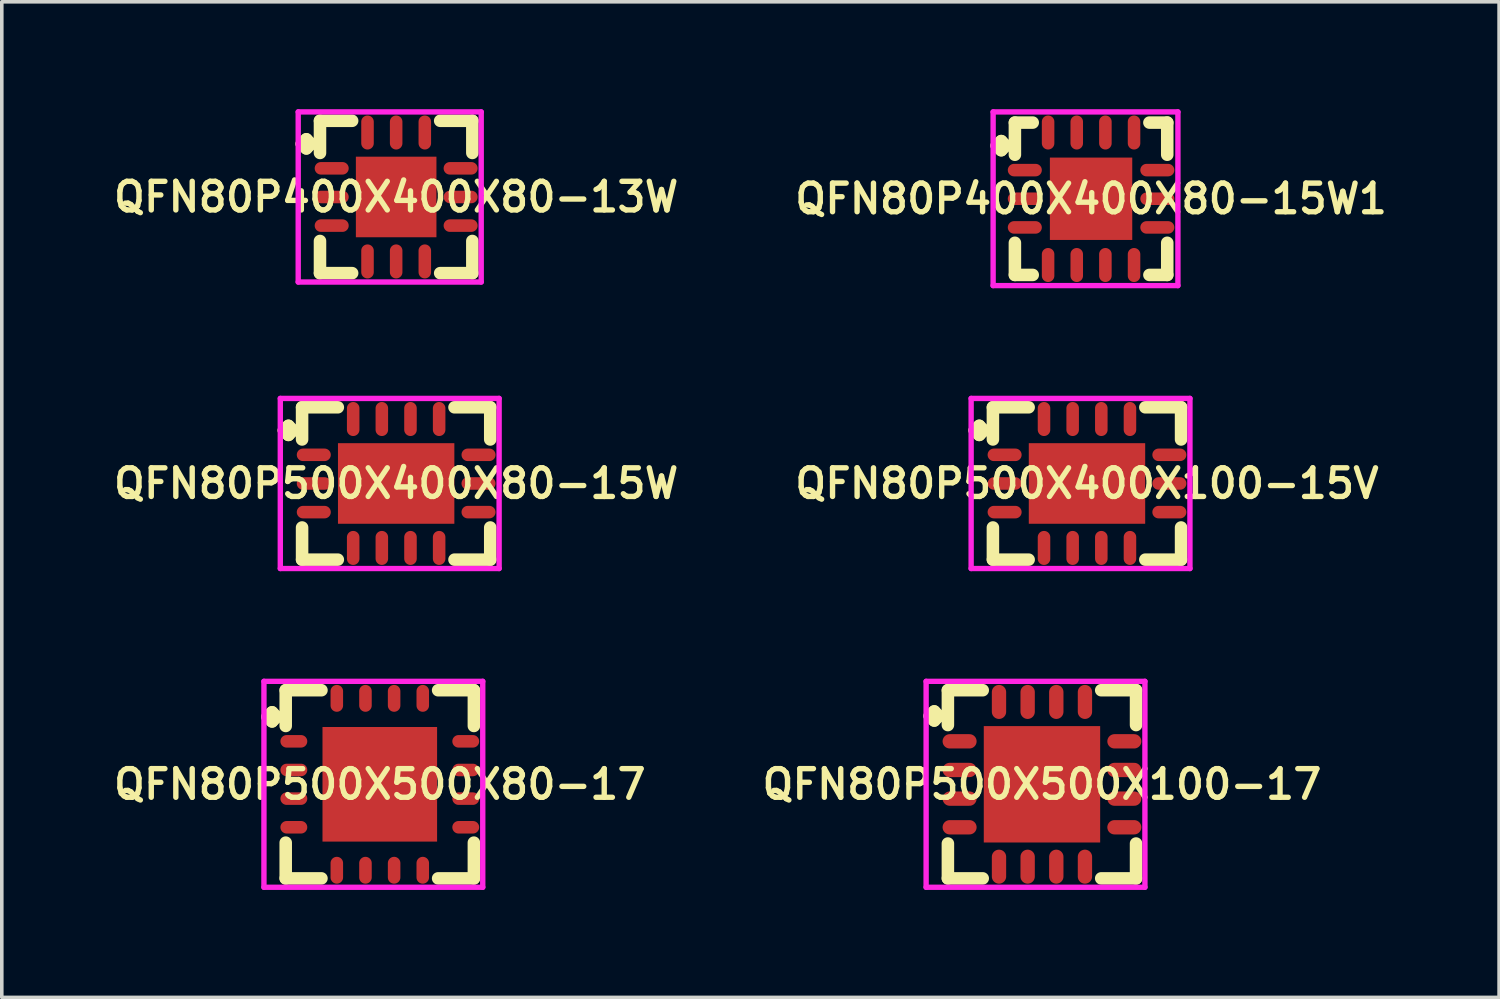
<source format=kicad_pcb>
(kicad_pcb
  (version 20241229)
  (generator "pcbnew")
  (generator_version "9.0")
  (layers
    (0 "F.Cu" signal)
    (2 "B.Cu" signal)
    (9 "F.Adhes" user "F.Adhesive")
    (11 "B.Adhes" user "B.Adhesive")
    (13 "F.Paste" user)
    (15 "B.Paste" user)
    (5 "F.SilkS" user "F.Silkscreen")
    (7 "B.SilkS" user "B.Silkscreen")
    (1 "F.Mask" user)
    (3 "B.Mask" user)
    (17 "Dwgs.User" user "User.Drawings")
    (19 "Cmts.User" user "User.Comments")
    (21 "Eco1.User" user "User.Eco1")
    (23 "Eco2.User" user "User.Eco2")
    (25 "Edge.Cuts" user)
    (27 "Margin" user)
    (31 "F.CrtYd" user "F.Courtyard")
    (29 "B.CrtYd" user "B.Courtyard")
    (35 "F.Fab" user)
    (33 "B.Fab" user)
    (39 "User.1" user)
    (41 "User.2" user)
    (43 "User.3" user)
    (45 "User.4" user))
  (footprint "QFN80P400X400X80-13W"
    (layer "F.Cu")
    (at 8.012 2.45)
    (property "Reference" "QFN80P400X400X80-13W" (at 0 0 0) (layer "F.SilkS") (effects (font (size 0.8 0.8) (thickness 0.15))))
    (attr smd)
    (fp_line (start -2.635 -1.483) (end -2.508 -1.61) (stroke (width 0.35) (type solid)) (layer "F.SilkS"))
    (fp_line (start -2.508 -1.61) (end -2.381 -1.483) (stroke (width 0.35) (type solid)) (layer "F.SilkS"))
    (fp_line (start -2.508 -1.356) (end -2.635 -1.483) (stroke (width 0.35) (type solid)) (layer "F.SilkS"))
    (fp_line (start -2.381 -1.483) (end -2.508 -1.356) (stroke (width 0.35) (type solid)) (layer "F.SilkS"))
    (fp_line (start -2.127 -2.127) (end -1.229 -2.127) (stroke (width 0.35) (type solid)) (layer "F.SilkS"))
    (fp_line (start -2.127 -1.229) (end -2.127 -2.127) (stroke (width 0.35) (type solid)) (layer "F.SilkS"))
    (fp_line (start -2.127 1.229) (end -2.127 2.127) (stroke (width 0.35) (type solid)) (layer "F.SilkS"))
    (fp_line (start -2.127 2.127) (end -1.229 2.127) (stroke (width 0.35) (type solid)) (layer "F.SilkS"))
    (fp_line (start 1.229 -2.127) (end 2.127 -2.127) (stroke (width 0.35) (type solid)) (layer "F.SilkS"))
    (fp_line (start 1.229 2.127) (end 2.127 2.127) (stroke (width 0.35) (type solid)) (layer "F.SilkS"))
    (fp_line (start 2.127 -2.127) (end 2.127 -1.229) (stroke (width 0.35) (type solid)) (layer "F.SilkS"))
    (fp_line (start 2.127 2.127) (end 2.127 1.229) (stroke (width 0.35) (type solid)) (layer "F.SilkS"))
    (fp_line (start -2.735 -2.375) (end 2.375 -2.375) (stroke (width 0.15) (type solid)) (layer "F.CrtYd"))
    (fp_line (start -2.735 2.375) (end -2.735 -2.375) (stroke (width 0.15) (type solid)) (layer "F.CrtYd"))
    (fp_line (start 2.375 -2.375) (end 2.375 2.375) (stroke (width 0.15) (type solid)) (layer "F.CrtYd"))
    (fp_line (start 2.375 2.375) (end -2.735 2.375) (stroke (width 0.15) (type solid)) (layer "F.CrtYd"))
    (pad "1" smd oval (at -1.8 -0.8) (size 0.95 0.35) (layers "F.Cu" "F.Mask" "F.Paste"))
    (pad "2" smd oval (at -1.8 0) (size 0.95 0.35) (layers "F.Cu" "F.Mask" "F.Paste"))
    (pad "3" smd oval (at -1.8 0.8) (size 0.95 0.35) (layers "F.Cu" "F.Mask" "F.Paste"))
    (pad "4" smd oval (at -0.8 1.8) (size 0.35 0.95) (layers "F.Cu" "F.Mask" "F.Paste"))
    (pad "5" smd oval (at 0 1.8) (size 0.35 0.95) (layers "F.Cu" "F.Mask" "F.Paste"))
    (pad "6" smd oval (at 0.8 1.8) (size 0.35 0.95) (layers "F.Cu" "F.Mask" "F.Paste"))
    (pad "7" smd oval (at 1.8 0.8) (size 0.95 0.35) (layers "F.Cu" "F.Mask" "F.Paste"))
    (pad "8" smd oval (at 1.8 0) (size 0.95 0.35) (layers "F.Cu" "F.Mask" "F.Paste"))
    (pad "9" smd oval (at 1.8 -0.8) (size 0.95 0.35) (layers "F.Cu" "F.Mask" "F.Paste"))
    (pad "10" smd oval (at 0.8 -1.8) (size 0.35 0.95) (layers "F.Cu" "F.Mask" "F.Paste"))
    (pad "11" smd oval (at 0 -1.8) (size 0.35 0.95) (layers "F.Cu" "F.Mask" "F.Paste"))
    (pad "12" smd oval (at -0.8 -1.8) (size 0.35 0.95) (layers "F.Cu" "F.Mask" "F.Paste"))
    (pad "13" smd rect (at 0 0) (size 2.25 2.25) (layers "F.Cu" "F.Mask" "F.Paste")))
  (footprint "QFN80P500X400X80-15W"
    (layer "F.Cu")
    (at 8.012 10.45)
    (property "Reference" "QFN80P500X400X80-15W" (at 0 0 0) (layer "F.SilkS") (effects (font (size 0.8 0.8) (thickness 0.15))))
    (attr smd)
    (fp_line (start -3.135 -1.483) (end -3.008 -1.61) (stroke (width 0.35) (type solid)) (layer "F.SilkS"))
    (fp_line (start -3.008 -1.61) (end -2.881 -1.483) (stroke (width 0.35) (type solid)) (layer "F.SilkS"))
    (fp_line (start -3.008 -1.356) (end -3.135 -1.483) (stroke (width 0.35) (type solid)) (layer "F.SilkS"))
    (fp_line (start -2.881 -1.483) (end -3.008 -1.356) (stroke (width 0.35) (type solid)) (layer "F.SilkS"))
    (fp_line (start -2.627 -2.127) (end -1.629 -2.127) (stroke (width 0.35) (type solid)) (layer "F.SilkS"))
    (fp_line (start -2.627 -1.229) (end -2.627 -2.127) (stroke (width 0.35) (type solid)) (layer "F.SilkS"))
    (fp_line (start -2.627 1.229) (end -2.627 2.127) (stroke (width 0.35) (type solid)) (layer "F.SilkS"))
    (fp_line (start -2.627 2.127) (end -1.629 2.127) (stroke (width 0.35) (type solid)) (layer "F.SilkS"))
    (fp_line (start 1.629 -2.127) (end 2.627 -2.127) (stroke (width 0.35) (type solid)) (layer "F.SilkS"))
    (fp_line (start 1.629 2.127) (end 2.627 2.127) (stroke (width 0.35) (type solid)) (layer "F.SilkS"))
    (fp_line (start 2.627 -2.127) (end 2.627 -1.229) (stroke (width 0.35) (type solid)) (layer "F.SilkS"))
    (fp_line (start 2.627 2.127) (end 2.627 1.229) (stroke (width 0.35) (type solid)) (layer "F.SilkS"))
    (fp_line (start -3.235 -2.375) (end 2.875 -2.375) (stroke (width 0.15) (type solid)) (layer "F.CrtYd"))
    (fp_line (start -3.235 2.375) (end -3.235 -2.375) (stroke (width 0.15) (type solid)) (layer "F.CrtYd"))
    (fp_line (start 2.875 -2.375) (end 2.875 2.375) (stroke (width 0.15) (type solid)) (layer "F.CrtYd"))
    (fp_line (start 2.875 2.375) (end -3.235 2.375) (stroke (width 0.15) (type solid)) (layer "F.CrtYd"))
    (pad "1" smd oval (at -2.3 -0.8) (size 0.95 0.35) (layers "F.Cu" "F.Mask" "F.Paste"))
    (pad "2" smd oval (at -2.3 0) (size 0.95 0.35) (layers "F.Cu" "F.Mask" "F.Paste"))
    (pad "3" smd oval (at -2.3 0.8) (size 0.95 0.35) (layers "F.Cu" "F.Mask" "F.Paste"))
    (pad "4" smd oval (at -1.2 1.8) (size 0.35 0.95) (layers "F.Cu" "F.Mask" "F.Paste"))
    (pad "5" smd oval (at -0.4 1.8) (size 0.35 0.95) (layers "F.Cu" "F.Mask" "F.Paste"))
    (pad "6" smd oval (at 0.4 1.8) (size 0.35 0.95) (layers "F.Cu" "F.Mask" "F.Paste"))
    (pad "7" smd oval (at 1.2 1.8) (size 0.35 0.95) (layers "F.Cu" "F.Mask" "F.Paste"))
    (pad "8" smd oval (at 2.3 0.8) (size 0.95 0.35) (layers "F.Cu" "F.Mask" "F.Paste"))
    (pad "9" smd oval (at 2.3 0) (size 0.95 0.35) (layers "F.Cu" "F.Mask" "F.Paste"))
    (pad "10" smd oval (at 2.3 -0.8) (size 0.95 0.35) (layers "F.Cu" "F.Mask" "F.Paste"))
    (pad "11" smd oval (at 1.2 -1.8) (size 0.35 0.95) (layers "F.Cu" "F.Mask" "F.Paste"))
    (pad "12" smd oval (at 0.4 -1.8) (size 0.35 0.95) (layers "F.Cu" "F.Mask" "F.Paste"))
    (pad "13" smd oval (at -0.4 -1.8) (size 0.35 0.95) (layers "F.Cu" "F.Mask" "F.Paste"))
    (pad "14" smd oval (at -1.2 -1.8) (size 0.35 0.95) (layers "F.Cu" "F.Mask" "F.Paste"))
    (pad "15" smd rect (at 0 0) (size 3.25 2.25) (layers "F.Cu" "F.Mask" "F.Paste")))
  (footprint "QFN80P400X400X80-15W1"
    (layer "F.Cu")
    (at 27.416 2.5)
    (property "Reference" "QFN80P400X400X80-15W1" (at 0 0 0) (layer "F.SilkS") (effects (font (size 0.8 0.8) (thickness 0.15))))
    (attr smd)
    (fp_line (start -2.635 -1.483) (end -2.508 -1.61) (stroke (width 0.35) (type solid)) (layer "F.SilkS"))
    (fp_line (start -2.508 -1.61) (end -2.381 -1.483) (stroke (width 0.35) (type solid)) (layer "F.SilkS"))
    (fp_line (start -2.508 -1.356) (end -2.635 -1.483) (stroke (width 0.35) (type solid)) (layer "F.SilkS"))
    (fp_line (start -2.381 -1.483) (end -2.508 -1.356) (stroke (width 0.35) (type solid)) (layer "F.SilkS"))
    (fp_line (start -2.127 -2.127) (end -1.629 -2.127) (stroke (width 0.35) (type solid)) (layer "F.SilkS"))
    (fp_line (start -2.127 -1.229) (end -2.127 -2.127) (stroke (width 0.35) (type solid)) (layer "F.SilkS"))
    (fp_line (start -2.127 1.229) (end -2.127 2.127) (stroke (width 0.35) (type solid)) (layer "F.SilkS"))
    (fp_line (start -2.127 2.127) (end -1.629 2.127) (stroke (width 0.35) (type solid)) (layer "F.SilkS"))
    (fp_line (start 1.629 -2.127) (end 2.127 -2.127) (stroke (width 0.35) (type solid)) (layer "F.SilkS"))
    (fp_line (start 1.629 2.127) (end 2.127 2.127) (stroke (width 0.35) (type solid)) (layer "F.SilkS"))
    (fp_line (start 2.127 -2.127) (end 2.127 -1.229) (stroke (width 0.35) (type solid)) (layer "F.SilkS"))
    (fp_line (start 2.127 2.127) (end 2.127 1.229) (stroke (width 0.35) (type solid)) (layer "F.SilkS"))
    (fp_line (start -2.735 -2.425) (end 2.425 -2.425) (stroke (width 0.15) (type solid)) (layer "F.CrtYd"))
    (fp_line (start -2.735 2.425) (end -2.735 -2.425) (stroke (width 0.15) (type solid)) (layer "F.CrtYd"))
    (fp_line (start 2.425 -2.425) (end 2.425 2.425) (stroke (width 0.15) (type solid)) (layer "F.CrtYd"))
    (fp_line (start 2.425 2.425) (end -2.735 2.425) (stroke (width 0.15) (type solid)) (layer "F.CrtYd"))
    (pad "1" smd oval (at -1.85 -0.8) (size 0.95 0.35) (layers "F.Cu" "F.Mask" "F.Paste"))
    (pad "2" smd oval (at -1.85 0) (size 0.95 0.35) (layers "F.Cu" "F.Mask" "F.Paste"))
    (pad "3" smd oval (at -1.85 0.8) (size 0.95 0.35) (layers "F.Cu" "F.Mask" "F.Paste"))
    (pad "4" smd oval (at -1.2 1.85) (size 0.35 0.95) (layers "F.Cu" "F.Mask" "F.Paste"))
    (pad "5" smd oval (at -0.4 1.85) (size 0.35 0.95) (layers "F.Cu" "F.Mask" "F.Paste"))
    (pad "6" smd oval (at 0.4 1.85) (size 0.35 0.95) (layers "F.Cu" "F.Mask" "F.Paste"))
    (pad "7" smd oval (at 1.2 1.85) (size 0.35 0.95) (layers "F.Cu" "F.Mask" "F.Paste"))
    (pad "8" smd oval (at 1.85 0.8) (size 0.95 0.35) (layers "F.Cu" "F.Mask" "F.Paste"))
    (pad "9" smd oval (at 1.85 0) (size 0.95 0.35) (layers "F.Cu" "F.Mask" "F.Paste"))
    (pad "10" smd oval (at 1.85 -0.8) (size 0.95 0.35) (layers "F.Cu" "F.Mask" "F.Paste"))
    (pad "11" smd oval (at 1.2 -1.85) (size 0.35 0.95) (layers "F.Cu" "F.Mask" "F.Paste"))
    (pad "12" smd oval (at 0.4 -1.85) (size 0.35 0.95) (layers "F.Cu" "F.Mask" "F.Paste"))
    (pad "13" smd oval (at -0.4 -1.85) (size 0.35 0.95) (layers "F.Cu" "F.Mask" "F.Paste"))
    (pad "14" smd oval (at -1.2 -1.85) (size 0.35 0.95) (layers "F.Cu" "F.Mask" "F.Paste"))
    (pad "15" smd rect (at 0 0) (size 2.3 2.3) (layers "F.Cu" "F.Mask" "F.Paste")))
  (footprint "QFN80P500X500X100-17"
    (layer "F.Cu")
    (at 26.045 18.85)
    (property "Reference" "QFN80P500X500X100-17" (at 0 0 0) (layer "F.SilkS") (effects (font (size 0.8 0.8) (thickness 0.15))))
    (attr smd)
    (fp_line (start -3.135 -1.908) (end -3.008 -2.035) (stroke (width 0.35) (type solid)) (layer "F.SilkS"))
    (fp_line (start -3.008 -2.035) (end -2.881 -1.908) (stroke (width 0.35) (type solid)) (layer "F.SilkS"))
    (fp_line (start -3.008 -1.781) (end -3.135 -1.908) (stroke (width 0.35) (type solid)) (layer "F.SilkS"))
    (fp_line (start -2.881 -1.908) (end -3.008 -1.781) (stroke (width 0.35) (type solid)) (layer "F.SilkS"))
    (fp_line (start -2.627 -2.627) (end -1.654 -2.627) (stroke (width 0.35) (type solid)) (layer "F.SilkS"))
    (fp_line (start -2.627 -1.654) (end -2.627 -2.627) (stroke (width 0.35) (type solid)) (layer "F.SilkS"))
    (fp_line (start -2.627 1.654) (end -2.627 2.627) (stroke (width 0.35) (type solid)) (layer "F.SilkS"))
    (fp_line (start -2.627 2.627) (end -1.654 2.627) (stroke (width 0.35) (type solid)) (layer "F.SilkS"))
    (fp_line (start 1.654 -2.627) (end 2.627 -2.627) (stroke (width 0.35) (type solid)) (layer "F.SilkS"))
    (fp_line (start 1.654 2.627) (end 2.627 2.627) (stroke (width 0.35) (type solid)) (layer "F.SilkS"))
    (fp_line (start 2.627 -2.627) (end 2.627 -1.654) (stroke (width 0.35) (type solid)) (layer "F.SilkS"))
    (fp_line (start 2.627 2.627) (end 2.627 1.654) (stroke (width 0.35) (type solid)) (layer "F.SilkS"))
    (fp_line (start -3.235 -2.875) (end 2.875 -2.875) (stroke (width 0.15) (type solid)) (layer "F.CrtYd"))
    (fp_line (start -3.235 2.875) (end -3.235 -2.875) (stroke (width 0.15) (type solid)) (layer "F.CrtYd"))
    (fp_line (start 2.875 -2.875) (end 2.875 2.875) (stroke (width 0.15) (type solid)) (layer "F.CrtYd"))
    (fp_line (start 2.875 2.875) (end -3.235 2.875) (stroke (width 0.15) (type solid)) (layer "F.CrtYd"))
    (pad "1" smd oval (at -2.3 -1.2) (size 0.95 0.4) (layers "F.Cu" "F.Mask" "F.Paste"))
    (pad "2" smd oval (at -2.3 -0.4) (size 0.95 0.4) (layers "F.Cu" "F.Mask" "F.Paste"))
    (pad "3" smd oval (at -2.3 0.4) (size 0.95 0.4) (layers "F.Cu" "F.Mask" "F.Paste"))
    (pad "4" smd oval (at -2.3 1.2) (size 0.95 0.4) (layers "F.Cu" "F.Mask" "F.Paste"))
    (pad "5" smd oval (at -1.2 2.3) (size 0.4 0.95) (layers "F.Cu" "F.Mask" "F.Paste"))
    (pad "6" smd oval (at -0.4 2.3) (size 0.4 0.95) (layers "F.Cu" "F.Mask" "F.Paste"))
    (pad "7" smd oval (at 0.4 2.3) (size 0.4 0.95) (layers "F.Cu" "F.Mask" "F.Paste"))
    (pad "8" smd oval (at 1.2 2.3) (size 0.4 0.95) (layers "F.Cu" "F.Mask" "F.Paste"))
    (pad "9" smd oval (at 2.3 1.2) (size 0.95 0.4) (layers "F.Cu" "F.Mask" "F.Paste"))
    (pad "10" smd oval (at 2.3 0.4) (size 0.95 0.4) (layers "F.Cu" "F.Mask" "F.Paste"))
    (pad "11" smd oval (at 2.3 -0.4) (size 0.95 0.4) (layers "F.Cu" "F.Mask" "F.Paste"))
    (pad "12" smd oval (at 2.3 -1.2) (size 0.95 0.4) (layers "F.Cu" "F.Mask" "F.Paste"))
    (pad "13" smd oval (at 1.2 -2.3) (size 0.4 0.95) (layers "F.Cu" "F.Mask" "F.Paste"))
    (pad "14" smd oval (at 0.4 -2.3) (size 0.4 0.95) (layers "F.Cu" "F.Mask" "F.Paste"))
    (pad "15" smd oval (at -0.4 -2.3) (size 0.4 0.95) (layers "F.Cu" "F.Mask" "F.Paste"))
    (pad "16" smd oval (at -1.2 -2.3) (size 0.4 0.95) (layers "F.Cu" "F.Mask" "F.Paste"))
    (pad "17" smd rect (at 0 0) (size 3.25 3.25) (layers "F.Cu" "F.Mask" "F.Paste")))
  (footprint "QFN80P500X500X80-17"
    (layer "F.Cu")
    (at 7.555 18.85)
    (property "Reference" "QFN80P500X500X80-17" (at 0 0 0) (layer "F.SilkS") (effects (font (size 0.8 0.8) (thickness 0.15))))
    (attr smd)
    (fp_line (start -3.135 -1.883) (end -3.008 -2.01) (stroke (width 0.35) (type solid)) (layer "F.SilkS"))
    (fp_line (start -3.008 -2.01) (end -2.881 -1.883) (stroke (width 0.35) (type solid)) (layer "F.SilkS"))
    (fp_line (start -3.008 -1.756) (end -3.135 -1.883) (stroke (width 0.35) (type solid)) (layer "F.SilkS"))
    (fp_line (start -2.881 -1.883) (end -3.008 -1.756) (stroke (width 0.35) (type solid)) (layer "F.SilkS"))
    (fp_line (start -2.627 -2.627) (end -1.629 -2.627) (stroke (width 0.35) (type solid)) (layer "F.SilkS"))
    (fp_line (start -2.627 -1.629) (end -2.627 -2.627) (stroke (width 0.35) (type solid)) (layer "F.SilkS"))
    (fp_line (start -2.627 1.629) (end -2.627 2.627) (stroke (width 0.35) (type solid)) (layer "F.SilkS"))
    (fp_line (start -2.627 2.627) (end -1.629 2.627) (stroke (width 0.35) (type solid)) (layer "F.SilkS"))
    (fp_line (start 1.629 -2.627) (end 2.627 -2.627) (stroke (width 0.35) (type solid)) (layer "F.SilkS"))
    (fp_line (start 1.629 2.627) (end 2.627 2.627) (stroke (width 0.35) (type solid)) (layer "F.SilkS"))
    (fp_line (start 2.627 -2.627) (end 2.627 -1.629) (stroke (width 0.35) (type solid)) (layer "F.SilkS"))
    (fp_line (start 2.627 2.627) (end 2.627 1.629) (stroke (width 0.35) (type solid)) (layer "F.SilkS"))
    (fp_line (start -3.235 -2.875) (end 2.875 -2.875) (stroke (width 0.15) (type solid)) (layer "F.CrtYd"))
    (fp_line (start -3.235 2.875) (end -3.235 -2.875) (stroke (width 0.15) (type solid)) (layer "F.CrtYd"))
    (fp_line (start 2.875 -2.875) (end 2.875 2.875) (stroke (width 0.15) (type solid)) (layer "F.CrtYd"))
    (fp_line (start 2.875 2.875) (end -3.235 2.875) (stroke (width 0.15) (type solid)) (layer "F.CrtYd"))
    (pad "1" smd oval (at -2.4 -1.2) (size 0.75 0.35) (layers "F.Cu" "F.Mask" "F.Paste"))
    (pad "2" smd oval (at -2.4 -0.4) (size 0.75 0.35) (layers "F.Cu" "F.Mask" "F.Paste"))
    (pad "3" smd oval (at -2.4 0.4) (size 0.75 0.35) (layers "F.Cu" "F.Mask" "F.Paste"))
    (pad "4" smd oval (at -2.4 1.2) (size 0.75 0.35) (layers "F.Cu" "F.Mask" "F.Paste"))
    (pad "5" smd oval (at -1.2 2.4) (size 0.35 0.75) (layers "F.Cu" "F.Mask" "F.Paste"))
    (pad "6" smd oval (at -0.4 2.4) (size 0.35 0.75) (layers "F.Cu" "F.Mask" "F.Paste"))
    (pad "7" smd oval (at 0.4 2.4) (size 0.35 0.75) (layers "F.Cu" "F.Mask" "F.Paste"))
    (pad "8" smd oval (at 1.2 2.4) (size 0.35 0.75) (layers "F.Cu" "F.Mask" "F.Paste"))
    (pad "9" smd oval (at 2.4 1.2) (size 0.75 0.35) (layers "F.Cu" "F.Mask" "F.Paste"))
    (pad "10" smd oval (at 2.4 0.4) (size 0.75 0.35) (layers "F.Cu" "F.Mask" "F.Paste"))
    (pad "11" smd oval (at 2.4 -0.4) (size 0.75 0.35) (layers "F.Cu" "F.Mask" "F.Paste"))
    (pad "12" smd oval (at 2.4 -1.2) (size 0.75 0.35) (layers "F.Cu" "F.Mask" "F.Paste"))
    (pad "13" smd oval (at 1.2 -2.4) (size 0.35 0.75) (layers "F.Cu" "F.Mask" "F.Paste"))
    (pad "14" smd oval (at 0.4 -2.4) (size 0.35 0.75) (layers "F.Cu" "F.Mask" "F.Paste"))
    (pad "15" smd oval (at -0.4 -2.4) (size 0.35 0.75) (layers "F.Cu" "F.Mask" "F.Paste"))
    (pad "16" smd oval (at -1.2 -2.4) (size 0.35 0.75) (layers "F.Cu" "F.Mask" "F.Paste"))
    (pad "17" smd rect (at 0 0) (size 3.2 3.2) (layers "F.Cu" "F.Mask" "F.Paste")))
  (footprint "QFN80P500X400X100-15V"
    (layer "F.Cu")
    (at 27.302 10.45)
    (property "Reference" "QFN80P500X400X100-15V" (at 0 0 0) (layer "F.SilkS") (effects (font (size 0.8 0.8) (thickness 0.15))))
    (attr smd)
    (fp_line (start -3.135 -1.483) (end -3.008 -1.61) (stroke (width 0.35) (type solid)) (layer "F.SilkS"))
    (fp_line (start -3.008 -1.61) (end -2.881 -1.483) (stroke (width 0.35) (type solid)) (layer "F.SilkS"))
    (fp_line (start -3.008 -1.356) (end -3.135 -1.483) (stroke (width 0.35) (type solid)) (layer "F.SilkS"))
    (fp_line (start -2.881 -1.483) (end -3.008 -1.356) (stroke (width 0.35) (type solid)) (layer "F.SilkS"))
    (fp_line (start -2.627 -2.127) (end -1.629 -2.127) (stroke (width 0.35) (type solid)) (layer "F.SilkS"))
    (fp_line (start -2.627 -1.229) (end -2.627 -2.127) (stroke (width 0.35) (type solid)) (layer "F.SilkS"))
    (fp_line (start -2.627 1.229) (end -2.627 2.127) (stroke (width 0.35) (type solid)) (layer "F.SilkS"))
    (fp_line (start -2.627 2.127) (end -1.629 2.127) (stroke (width 0.35) (type solid)) (layer "F.SilkS"))
    (fp_line (start 1.629 -2.127) (end 2.627 -2.127) (stroke (width 0.35) (type solid)) (layer "F.SilkS"))
    (fp_line (start 1.629 2.127) (end 2.627 2.127) (stroke (width 0.35) (type solid)) (layer "F.SilkS"))
    (fp_line (start 2.627 -2.127) (end 2.627 -1.229) (stroke (width 0.35) (type solid)) (layer "F.SilkS"))
    (fp_line (start 2.627 2.127) (end 2.627 1.229) (stroke (width 0.35) (type solid)) (layer "F.SilkS"))
    (fp_line (start -3.235 -2.375) (end 2.875 -2.375) (stroke (width 0.15) (type solid)) (layer "F.CrtYd"))
    (fp_line (start -3.235 2.375) (end -3.235 -2.375) (stroke (width 0.15) (type solid)) (layer "F.CrtYd"))
    (fp_line (start 2.875 -2.375) (end 2.875 2.375) (stroke (width 0.15) (type solid)) (layer "F.CrtYd"))
    (fp_line (start 2.875 2.375) (end -3.235 2.375) (stroke (width 0.15) (type solid)) (layer "F.CrtYd"))
    (pad "1" smd oval (at -2.3 -0.8) (size 0.95 0.35) (layers "F.Cu" "F.Mask" "F.Paste"))
    (pad "2" smd oval (at -2.3 0) (size 0.95 0.35) (layers "F.Cu" "F.Mask" "F.Paste"))
    (pad "3" smd oval (at -2.3 0.8) (size 0.95 0.35) (layers "F.Cu" "F.Mask" "F.Paste"))
    (pad "4" smd oval (at -1.2 1.8) (size 0.35 0.95) (layers "F.Cu" "F.Mask" "F.Paste"))
    (pad "5" smd oval (at -0.4 1.8) (size 0.35 0.95) (layers "F.Cu" "F.Mask" "F.Paste"))
    (pad "6" smd oval (at 0.4 1.8) (size 0.35 0.95) (layers "F.Cu" "F.Mask" "F.Paste"))
    (pad "7" smd oval (at 1.2 1.8) (size 0.35 0.95) (layers "F.Cu" "F.Mask" "F.Paste"))
    (pad "8" smd oval (at 2.3 0.8) (size 0.95 0.35) (layers "F.Cu" "F.Mask" "F.Paste"))
    (pad "9" smd oval (at 2.3 0) (size 0.95 0.35) (layers "F.Cu" "F.Mask" "F.Paste"))
    (pad "10" smd oval (at 2.3 -0.8) (size 0.95 0.35) (layers "F.Cu" "F.Mask" "F.Paste"))
    (pad "11" smd oval (at 1.2 -1.8) (size 0.35 0.95) (layers "F.Cu" "F.Mask" "F.Paste"))
    (pad "12" smd oval (at 0.4 -1.8) (size 0.35 0.95) (layers "F.Cu" "F.Mask" "F.Paste"))
    (pad "13" smd oval (at -0.4 -1.8) (size 0.35 0.95) (layers "F.Cu" "F.Mask" "F.Paste"))
    (pad "14" smd oval (at -1.2 -1.8) (size 0.35 0.95) (layers "F.Cu" "F.Mask" "F.Paste"))
    (pad "15" smd rect (at 0 0) (size 3.25 2.25) (layers "F.Cu" "F.Mask" "F.Paste")))
  (gr_rect
    (start -3 -3)
    (end 38.809 24.8)
    (stroke (width 0.1) (type default))
    (fill no)
    (layer "Edge.Cuts")))
</source>
